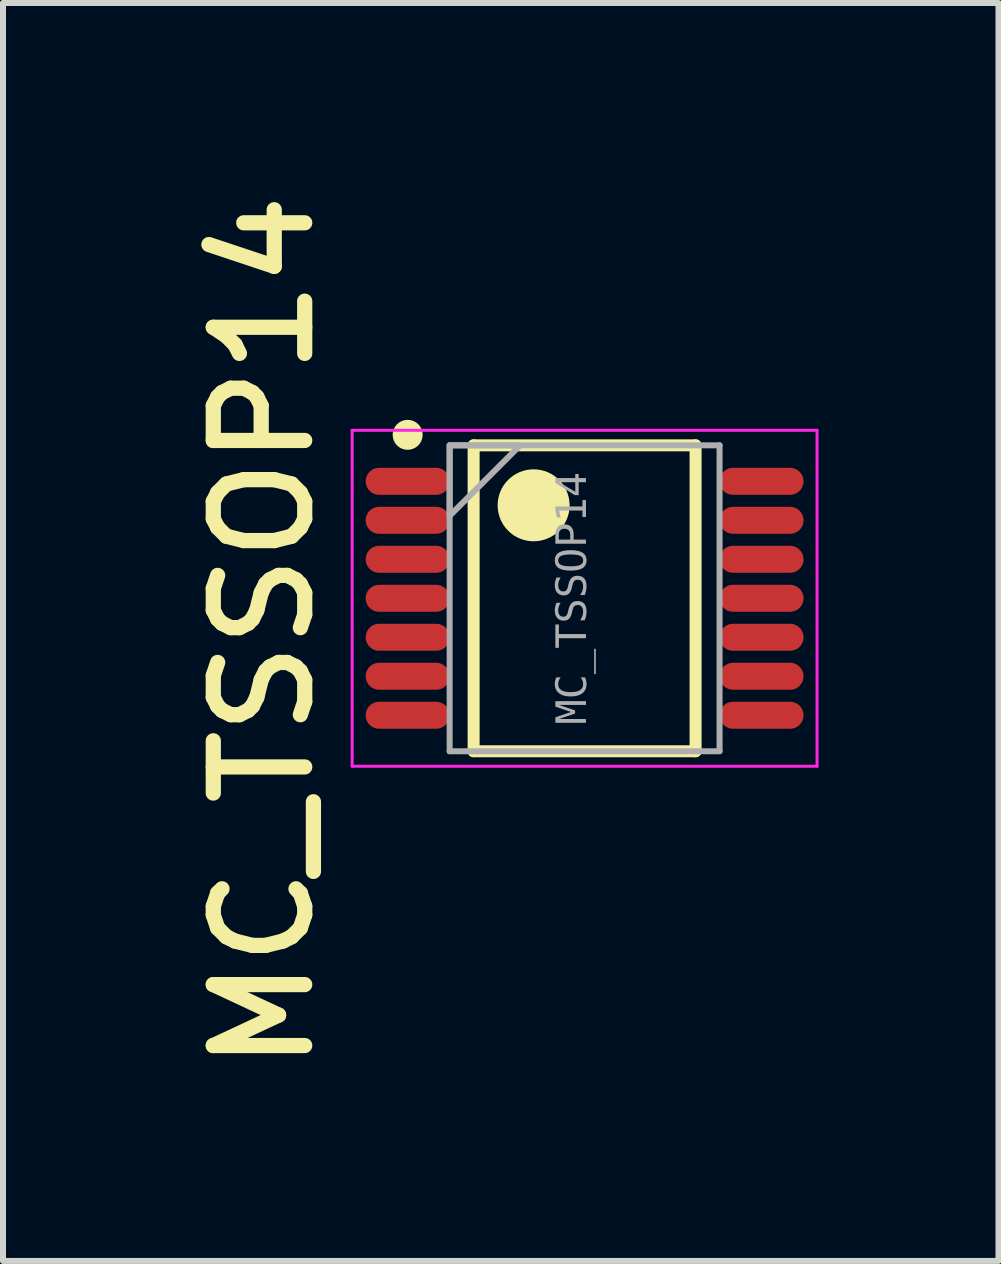
<source format=kicad_pcb>
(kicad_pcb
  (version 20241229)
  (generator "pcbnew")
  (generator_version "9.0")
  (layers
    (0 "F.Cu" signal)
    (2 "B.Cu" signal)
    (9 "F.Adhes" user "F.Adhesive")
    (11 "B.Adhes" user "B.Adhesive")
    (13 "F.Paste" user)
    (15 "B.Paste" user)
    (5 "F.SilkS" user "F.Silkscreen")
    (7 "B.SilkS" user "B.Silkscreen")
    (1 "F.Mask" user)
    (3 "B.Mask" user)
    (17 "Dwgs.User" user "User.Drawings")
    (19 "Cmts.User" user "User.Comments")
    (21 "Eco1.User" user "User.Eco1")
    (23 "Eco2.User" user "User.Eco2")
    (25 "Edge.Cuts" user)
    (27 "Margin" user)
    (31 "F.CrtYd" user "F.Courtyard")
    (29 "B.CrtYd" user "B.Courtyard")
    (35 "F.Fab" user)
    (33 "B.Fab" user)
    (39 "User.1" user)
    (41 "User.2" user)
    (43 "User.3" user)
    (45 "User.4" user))
  (footprint "MC_TSSOP14"
    (layer "F.Cu")
    (at 6.696 6.924)
    (property "Reference" "MC_TSSOP14" (at -5.358 0.562 90) (unlocked yes) (layer "F.SilkS") (effects (font (size 1.524 1.524) (thickness 0.254))))
    (fp_line (start -1.85 2.55) (end -1.85 -2.55) (stroke (width 0.2) (type solid)) (layer "F.SilkS"))
    (fp_line (start 1.85 -2.55) (end -1.85 -2.55) (stroke (width 0.2) (type solid)) (layer "F.SilkS"))
    (fp_line (start 1.85 2.55) (end -1.85 2.55) (stroke (width 0.2) (type solid)) (layer "F.SilkS"))
    (fp_line (start 1.85 2.55) (end 1.85 -2.55) (stroke (width 0.2) (type solid)) (layer "F.SilkS"))
    (fp_circle (center -2.95 -2.725) (end -3.075 -2.725) (stroke (width 0.25) (type solid)) (fill no) (layer "F.SilkS"))
    (fp_circle (center -0.85 -1.55) (end -1.15 -1.55) (stroke (width 0.6) (type solid)) (fill no) (layer "F.SilkS"))
    (fp_line (start -3.875 2.8) (end -3.875 -2.8) (stroke (width 0.05) (type solid)) (layer "F.CrtYd"))
    (fp_line (start 3.875 -2.8) (end -3.875 -2.8) (stroke (width 0.05) (type solid)) (layer "F.CrtYd"))
    (fp_line (start 3.875 2.8) (end -3.875 2.8) (stroke (width 0.05) (type solid)) (layer "F.CrtYd"))
    (fp_line (start 3.875 2.8) (end 3.875 -2.8) (stroke (width 0.05) (type solid)) (layer "F.CrtYd"))
    (fp_line (start -2.25 2.55) (end -2.25 -2.55) (stroke (width 0.1) (type solid)) (layer "F.Fab"))
    (fp_line (start 2.25 -2.55) (end -2.25 -2.55) (stroke (width 0.1) (type solid)) (layer "F.Fab"))
    (fp_line (start 2.25 2.55) (end -2.25 2.55) (stroke (width 0.1) (type solid)) (layer "F.Fab"))
    (fp_line (start 2.25 2.55) (end 2.25 -2.55) (stroke (width 0.1) (type solid)) (layer "F.Fab"))
    (fp_poly (pts (xy -2.25 -1.375) (xy -1.075 -2.55) (xy -2.25 -2.55)) (stroke (width 0.1) (type default)) (fill no) (layer "F.Fab"))
    (fp_line (start 0 0.5) (end 0 -0.5) (stroke (width 0.1) (type solid)) (layer "User.1"))
    (fp_line (start 0.5 0) (end -0.5 0) (stroke (width 0.1) (type solid)) (layer "User.1"))
    (fp_text user "${REFERENCE}" (at -0.185 0 90) (unlocked yes) (layer "F.Fab") (effects (font (face "Consolas") (size 0.5 0.5) (thickness 0.254))))
    (pad "1" smd oval (at -2.95 -1.95 90) (size 0.45 1.4) (layers "F.Cu" "F.Mask" "F.Paste"))
    (pad "2" smd oval (at -2.95 -1.3 90) (size 0.45 1.4) (layers "F.Cu" "F.Mask" "F.Paste"))
    (pad "3" smd oval (at -2.95 -0.65 90) (size 0.45 1.4) (layers "F.Cu" "F.Mask" "F.Paste"))
    (pad "4" smd oval (at -2.95 0 90) (size 0.45 1.4) (layers "F.Cu" "F.Mask" "F.Paste"))
    (pad "5" smd oval (at -2.95 0.65 90) (size 0.45 1.4) (layers "F.Cu" "F.Mask" "F.Paste"))
    (pad "6" smd oval (at -2.95 1.3 90) (size 0.45 1.4) (layers "F.Cu" "F.Mask" "F.Paste"))
    (pad "7" smd oval (at -2.95 1.95 90) (size 0.45 1.4) (layers "F.Cu" "F.Mask" "F.Paste"))
    (pad "8" smd oval (at 2.95 1.95 90) (size 0.45 1.4) (layers "F.Cu" "F.Mask" "F.Paste"))
    (pad "9" smd oval (at 2.95 1.3 90) (size 0.45 1.4) (layers "F.Cu" "F.Mask" "F.Paste"))
    (pad "10" smd oval (at 2.95 0.65 90) (size 0.45 1.4) (layers "F.Cu" "F.Mask" "F.Paste"))
    (pad "11" smd oval (at 2.95 0 90) (size 0.45 1.4) (layers "F.Cu" "F.Mask" "F.Paste"))
    (pad "12" smd oval (at 2.95 -0.65 90) (size 0.45 1.4) (layers "F.Cu" "F.Mask" "F.Paste"))
    (pad "13" smd oval (at 2.95 -1.3 90) (size 0.45 1.4) (layers "F.Cu" "F.Mask" "F.Paste"))
    (pad "14" smd oval (at 2.95 -1.95 90) (size 0.45 1.4) (layers "F.Cu" "F.Mask" "F.Paste")))
  (gr_rect
    (start -3 -3)
    (end 13.596 17.971)
    (stroke (width 0.1) (type default))
    (fill no)
    (layer "Edge.Cuts")))
</source>
